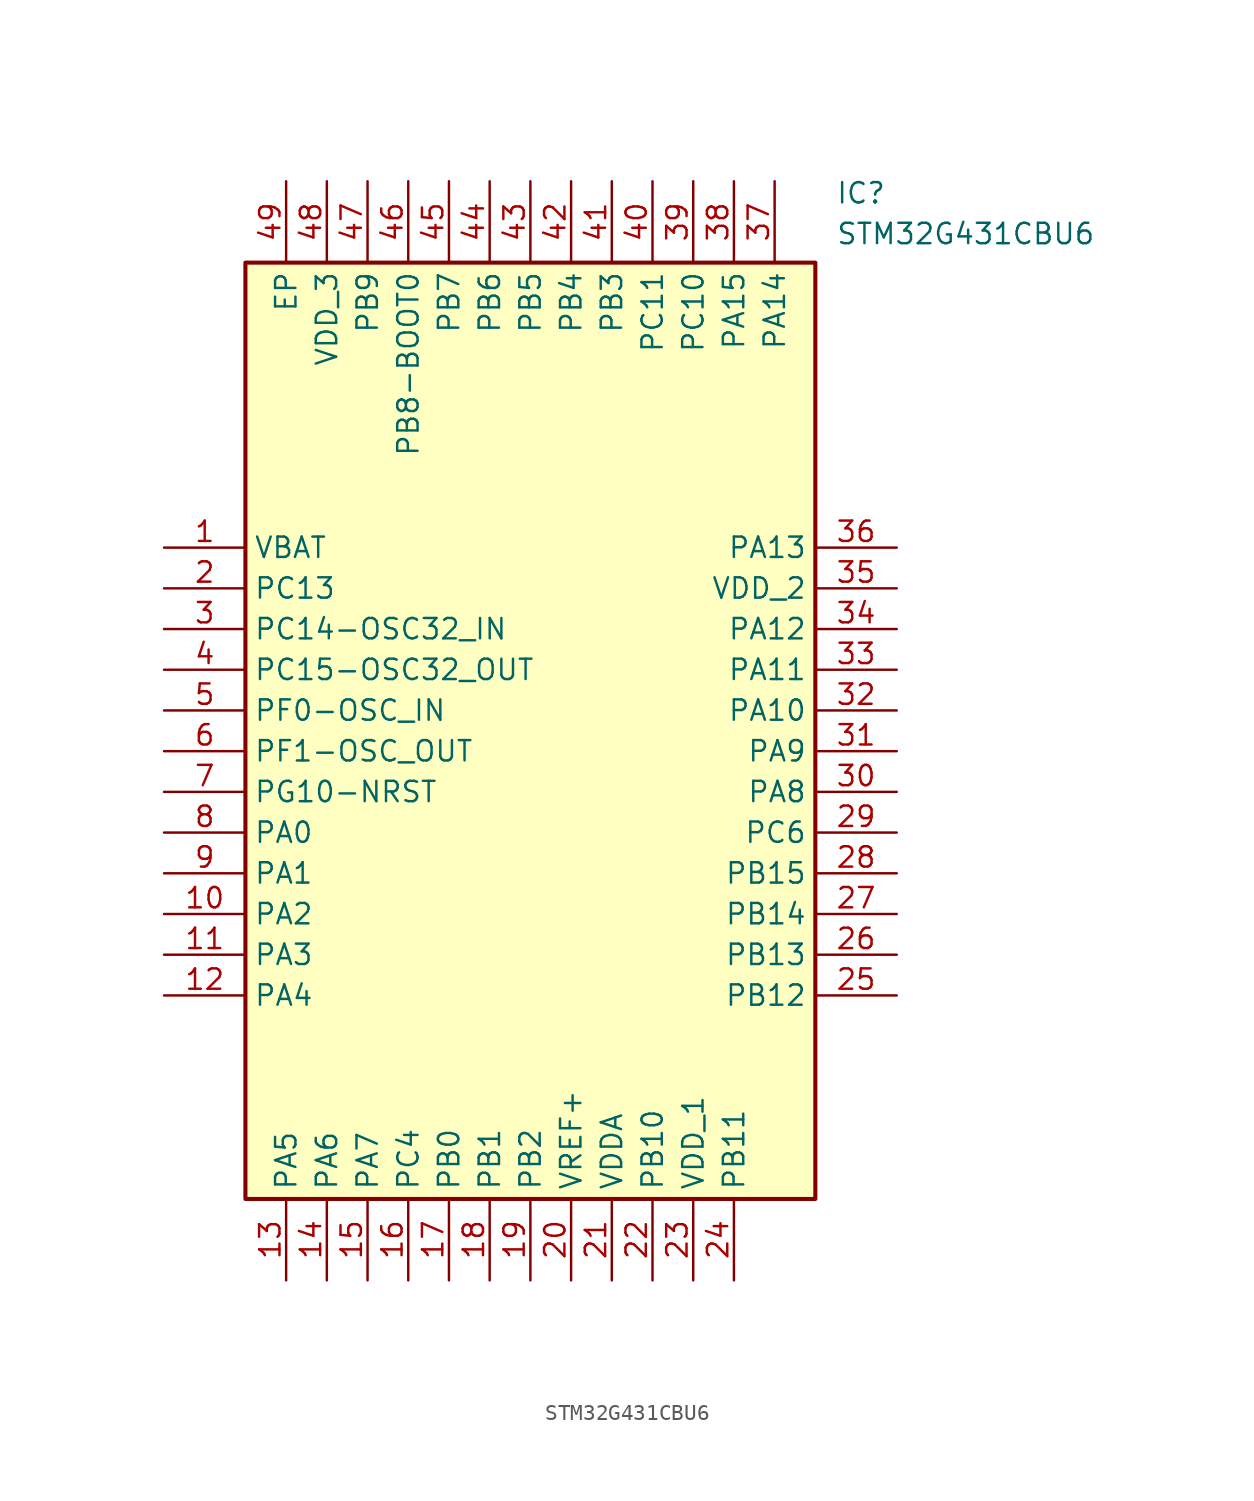
<source format=kicad_sym>
(kicad_symbol_lib
  (version 20211014)
  (generator SamacSys_ECAD_Model)
  (symbol "STM32G431CBU6"
    (property "Reference" "IC"
      (at 41.91 22.86 0)
      (effects (font (size 1.27 1.27)) (justify left top)))
    (property "Value" "STM32G431CBU6"
      (at 41.91 20.32 0)
      (effects (font (size 1.27 1.27)) (justify left top)))
    (rectangle
      (start 5.08 17.78)
      (end 40.64 -40.64)
      (stroke (width 0.254) (type default))
      (fill (type background)))
    (pin passive line
      (at 0 0 0)
      (length 5.08)
      (name "VBAT" (effects (font (size 1.27 1.27))))
      (number "1" (effects (font (size 1.27 1.27)))))
    (pin passive line
      (at 0 -2.54 0)
      (length 5.08)
      (name "PC13" (effects (font (size 1.27 1.27))))
      (number "2" (effects (font (size 1.27 1.27)))))
    (pin passive line
      (at 0 -5.08 0)
      (length 5.08)
      (name "PC14-OSC32_IN" (effects (font (size 1.27 1.27))))
      (number "3" (effects (font (size 1.27 1.27)))))
    (pin passive line
      (at 0 -7.62 0)
      (length 5.08)
      (name "PC15-OSC32_OUT" (effects (font (size 1.27 1.27))))
      (number "4" (effects (font (size 1.27 1.27)))))
    (pin passive line
      (at 0 -10.16 0)
      (length 5.08)
      (name "PF0-OSC_IN" (effects (font (size 1.27 1.27))))
      (number "5" (effects (font (size 1.27 1.27)))))
    (pin passive line
      (at 0 -12.7 0)
      (length 5.08)
      (name "PF1-OSC_OUT" (effects (font (size 1.27 1.27))))
      (number "6" (effects (font (size 1.27 1.27)))))
    (pin passive line
      (at 0 -15.24 0)
      (length 5.08)
      (name "PG10-NRST" (effects (font (size 1.27 1.27))))
      (number "7" (effects (font (size 1.27 1.27)))))
    (pin passive line
      (at 0 -17.78 0)
      (length 5.08)
      (name "PA0" (effects (font (size 1.27 1.27))))
      (number "8" (effects (font (size 1.27 1.27)))))
    (pin passive line
      (at 0 -20.32 0)
      (length 5.08)
      (name "PA1" (effects (font (size 1.27 1.27))))
      (number "9" (effects (font (size 1.27 1.27)))))
    (pin passive line
      (at 0 -22.86 0)
      (length 5.08)
      (name "PA2" (effects (font (size 1.27 1.27))))
      (number "10" (effects (font (size 1.27 1.27)))))
    (pin passive line
      (at 0 -25.4 0)
      (length 5.08)
      (name "PA3" (effects (font (size 1.27 1.27))))
      (number "11" (effects (font (size 1.27 1.27)))))
    (pin passive line
      (at 0 -27.94 0)
      (length 5.08)
      (name "PA4" (effects (font (size 1.27 1.27))))
      (number "12" (effects (font (size 1.27 1.27)))))
    (pin passive line
      (at 7.62 -45.72 90)
      (length 5.08)
      (name "PA5" (effects (font (size 1.27 1.27))))
      (number "13" (effects (font (size 1.27 1.27)))))
    (pin passive line
      (at 10.16 -45.72 90)
      (length 5.08)
      (name "PA6" (effects (font (size 1.27 1.27))))
      (number "14" (effects (font (size 1.27 1.27)))))
    (pin passive line
      (at 12.7 -45.72 90)
      (length 5.08)
      (name "PA7" (effects (font (size 1.27 1.27))))
      (number "15" (effects (font (size 1.27 1.27)))))
    (pin passive line
      (at 15.24 -45.72 90)
      (length 5.08)
      (name "PC4" (effects (font (size 1.27 1.27))))
      (number "16" (effects (font (size 1.27 1.27)))))
    (pin passive line
      (at 17.78 -45.72 90)
      (length 5.08)
      (name "PB0" (effects (font (size 1.27 1.27))))
      (number "17" (effects (font (size 1.27 1.27)))))
    (pin passive line
      (at 20.32 -45.72 90)
      (length 5.08)
      (name "PB1" (effects (font (size 1.27 1.27))))
      (number "18" (effects (font (size 1.27 1.27)))))
    (pin passive line
      (at 22.86 -45.72 90)
      (length 5.08)
      (name "PB2" (effects (font (size 1.27 1.27))))
      (number "19" (effects (font (size 1.27 1.27)))))
    (pin passive line
      (at 25.4 -45.72 90)
      (length 5.08)
      (name "VREF+" (effects (font (size 1.27 1.27))))
      (number "20" (effects (font (size 1.27 1.27)))))
    (pin passive line
      (at 27.94 -45.72 90)
      (length 5.08)
      (name "VDDA" (effects (font (size 1.27 1.27))))
      (number "21" (effects (font (size 1.27 1.27)))))
    (pin passive line
      (at 30.48 -45.72 90)
      (length 5.08)
      (name "PB10" (effects (font (size 1.27 1.27))))
      (number "22" (effects (font (size 1.27 1.27)))))
    (pin passive line
      (at 33.02 -45.72 90)
      (length 5.08)
      (name "VDD_1" (effects (font (size 1.27 1.27))))
      (number "23" (effects (font (size 1.27 1.27)))))
    (pin passive line
      (at 35.56 -45.72 90)
      (length 5.08)
      (name "PB11" (effects (font (size 1.27 1.27))))
      (number "24" (effects (font (size 1.27 1.27)))))
    (pin passive line
      (at 45.72 0 180)
      (length 5.08)
      (name "PA13" (effects (font (size 1.27 1.27))))
      (number "36" (effects (font (size 1.27 1.27)))))
    (pin passive line
      (at 45.72 -2.54 180)
      (length 5.08)
      (name "VDD_2" (effects (font (size 1.27 1.27))))
      (number "35" (effects (font (size 1.27 1.27)))))
    (pin passive line
      (at 45.72 -5.08 180)
      (length 5.08)
      (name "PA12" (effects (font (size 1.27 1.27))))
      (number "34" (effects (font (size 1.27 1.27)))))
    (pin passive line
      (at 45.72 -7.62 180)
      (length 5.08)
      (name "PA11" (effects (font (size 1.27 1.27))))
      (number "33" (effects (font (size 1.27 1.27)))))
    (pin passive line
      (at 45.72 -10.16 180)
      (length 5.08)
      (name "PA10" (effects (font (size 1.27 1.27))))
      (number "32" (effects (font (size 1.27 1.27)))))
    (pin passive line
      (at 45.72 -12.7 180)
      (length 5.08)
      (name "PA9" (effects (font (size 1.27 1.27))))
      (number "31" (effects (font (size 1.27 1.27)))))
    (pin passive line
      (at 45.72 -15.24 180)
      (length 5.08)
      (name "PA8" (effects (font (size 1.27 1.27))))
      (number "30" (effects (font (size 1.27 1.27)))))
    (pin passive line
      (at 45.72 -17.78 180)
      (length 5.08)
      (name "PC6" (effects (font (size 1.27 1.27))))
      (number "29" (effects (font (size 1.27 1.27)))))
    (pin passive line
      (at 45.72 -20.32 180)
      (length 5.08)
      (name "PB15" (effects (font (size 1.27 1.27))))
      (number "28" (effects (font (size 1.27 1.27)))))
    (pin passive line
      (at 45.72 -22.86 180)
      (length 5.08)
      (name "PB14" (effects (font (size 1.27 1.27))))
      (number "27" (effects (font (size 1.27 1.27)))))
    (pin passive line
      (at 45.72 -25.4 180)
      (length 5.08)
      (name "PB13" (effects (font (size 1.27 1.27))))
      (number "26" (effects (font (size 1.27 1.27)))))
    (pin passive line
      (at 45.72 -27.94 180)
      (length 5.08)
      (name "PB12" (effects (font (size 1.27 1.27))))
      (number "25" (effects (font (size 1.27 1.27)))))
    (pin passive line
      (at 7.62 22.86 270)
      (length 5.08)
      (name "EP" (effects (font (size 1.27 1.27))))
      (number "49" (effects (font (size 1.27 1.27)))))
    (pin passive line
      (at 10.16 22.86 270)
      (length 5.08)
      (name "VDD_3" (effects (font (size 1.27 1.27))))
      (number "48" (effects (font (size 1.27 1.27)))))
    (pin passive line
      (at 12.7 22.86 270)
      (length 5.08)
      (name "PB9" (effects (font (size 1.27 1.27))))
      (number "47" (effects (font (size 1.27 1.27)))))
    (pin passive line
      (at 15.24 22.86 270)
      (length 5.08)
      (name "PB8-BOOT0" (effects (font (size 1.27 1.27))))
      (number "46" (effects (font (size 1.27 1.27)))))
    (pin passive line
      (at 17.78 22.86 270)
      (length 5.08)
      (name "PB7" (effects (font (size 1.27 1.27))))
      (number "45" (effects (font (size 1.27 1.27)))))
    (pin passive line
      (at 20.32 22.86 270)
      (length 5.08)
      (name "PB6" (effects (font (size 1.27 1.27))))
      (number "44" (effects (font (size 1.27 1.27)))))
    (pin passive line
      (at 22.86 22.86 270)
      (length 5.08)
      (name "PB5" (effects (font (size 1.27 1.27))))
      (number "43" (effects (font (size 1.27 1.27)))))
    (pin passive line
      (at 25.4 22.86 270)
      (length 5.08)
      (name "PB4" (effects (font (size 1.27 1.27))))
      (number "42" (effects (font (size 1.27 1.27)))))
    (pin passive line
      (at 27.94 22.86 270)
      (length 5.08)
      (name "PB3" (effects (font (size 1.27 1.27))))
      (number "41" (effects (font (size 1.27 1.27)))))
    (pin passive line
      (at 30.48 22.86 270)
      (length 5.08)
      (name "PC11" (effects (font (size 1.27 1.27))))
      (number "40" (effects (font (size 1.27 1.27)))))
    (pin passive line
      (at 33.02 22.86 270)
      (length 5.08)
      (name "PC10" (effects (font (size 1.27 1.27))))
      (number "39" (effects (font (size 1.27 1.27)))))
    (pin passive line
      (at 35.56 22.86 270)
      (length 5.08)
      (name "PA15" (effects (font (size 1.27 1.27))))
      (number "38" (effects (font (size 1.27 1.27)))))
    (pin passive line
      (at 38.1 22.86 270)
      (length 5.08)
      (name "PA14" (effects (font (size 1.27 1.27))))
      (number "37" (effects (font (size 1.27 1.27)))))))
</source>
